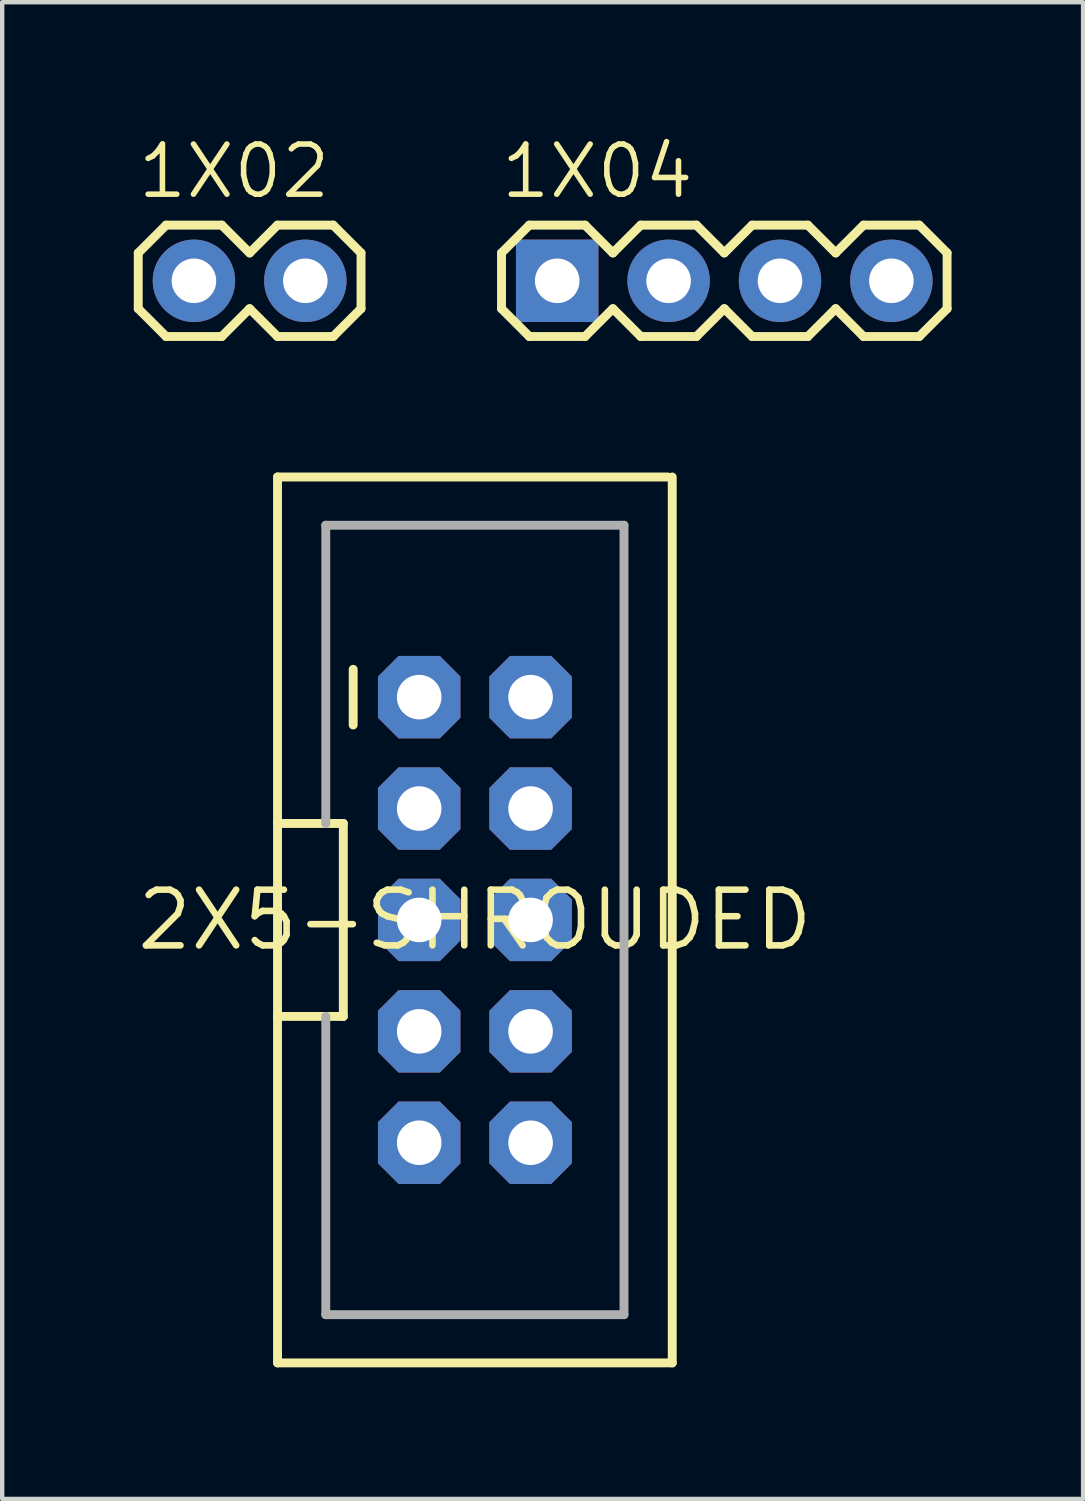
<source format=kicad_pcb>
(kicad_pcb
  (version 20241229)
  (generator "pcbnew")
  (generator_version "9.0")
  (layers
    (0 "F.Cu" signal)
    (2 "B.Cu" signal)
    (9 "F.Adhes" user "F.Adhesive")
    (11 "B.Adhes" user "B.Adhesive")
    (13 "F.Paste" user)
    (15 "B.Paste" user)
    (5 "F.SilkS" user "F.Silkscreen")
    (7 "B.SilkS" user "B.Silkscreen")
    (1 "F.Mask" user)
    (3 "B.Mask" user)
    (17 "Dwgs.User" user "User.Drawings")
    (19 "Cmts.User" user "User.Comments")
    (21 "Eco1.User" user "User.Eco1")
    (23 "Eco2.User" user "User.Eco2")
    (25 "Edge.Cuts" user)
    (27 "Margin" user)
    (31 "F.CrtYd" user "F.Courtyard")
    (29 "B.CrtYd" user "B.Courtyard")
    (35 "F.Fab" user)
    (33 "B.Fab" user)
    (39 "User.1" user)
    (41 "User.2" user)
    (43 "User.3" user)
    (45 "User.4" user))
  (footprint "1X04"
    (layer "F.Cu")
    (at 9.655 3.353)
    (property "Reference" "1X04" (at -1.346 -1.829 0) (layer "F.SilkS") (effects (font (size 1.143 1.143) (thickness 0.127)) (justify left bottom)))
    (fp_line (start -1.27 -0.635) (end -1.27 0.635) (stroke (width 0.203) (type solid)) (layer "F.SilkS"))
    (fp_line (start -1.27 0.635) (end -0.635 1.27) (stroke (width 0.203) (type solid)) (layer "F.SilkS"))
    (fp_line (start -0.635 -1.27) (end -1.27 -0.635) (stroke (width 0.203) (type solid)) (layer "F.SilkS"))
    (fp_line (start -0.635 -1.27) (end 0.635 -1.27) (stroke (width 0.203) (type solid)) (layer "F.SilkS"))
    (fp_line (start 0.635 -1.27) (end 1.27 -0.635) (stroke (width 0.203) (type solid)) (layer "F.SilkS"))
    (fp_line (start 0.635 1.27) (end -0.635 1.27) (stroke (width 0.203) (type solid)) (layer "F.SilkS"))
    (fp_line (start 1.27 -0.635) (end 1.905 -1.27) (stroke (width 0.203) (type solid)) (layer "F.SilkS"))
    (fp_line (start 1.27 0.635) (end 0.635 1.27) (stroke (width 0.203) (type solid)) (layer "F.SilkS"))
    (fp_line (start 1.905 -1.27) (end 3.175 -1.27) (stroke (width 0.203) (type solid)) (layer "F.SilkS"))
    (fp_line (start 1.905 1.27) (end 1.27 0.635) (stroke (width 0.203) (type solid)) (layer "F.SilkS"))
    (fp_line (start 3.175 -1.27) (end 3.81 -0.635) (stroke (width 0.203) (type solid)) (layer "F.SilkS"))
    (fp_line (start 3.175 1.27) (end 1.905 1.27) (stroke (width 0.203) (type solid)) (layer "F.SilkS"))
    (fp_line (start 3.81 -0.635) (end 4.445 -1.27) (stroke (width 0.203) (type solid)) (layer "F.SilkS"))
    (fp_line (start 3.81 0.635) (end 3.175 1.27) (stroke (width 0.203) (type solid)) (layer "F.SilkS"))
    (fp_line (start 4.445 -1.27) (end 5.715 -1.27) (stroke (width 0.203) (type solid)) (layer "F.SilkS"))
    (fp_line (start 4.445 1.27) (end 3.81 0.635) (stroke (width 0.203) (type solid)) (layer "F.SilkS"))
    (fp_line (start 5.715 -1.27) (end 6.35 -0.635) (stroke (width 0.203) (type solid)) (layer "F.SilkS"))
    (fp_line (start 5.715 1.27) (end 4.445 1.27) (stroke (width 0.203) (type solid)) (layer "F.SilkS"))
    (fp_line (start 6.35 0.635) (end 5.715 1.27) (stroke (width 0.203) (type solid)) (layer "F.SilkS"))
    (fp_line (start 6.35 0.635) (end 6.985 1.27) (stroke (width 0.203) (type solid)) (layer "F.SilkS"))
    (fp_line (start 6.985 -1.27) (end 6.35 -0.635) (stroke (width 0.203) (type solid)) (layer "F.SilkS"))
    (fp_line (start 6.985 -1.27) (end 8.255 -1.27) (stroke (width 0.203) (type solid)) (layer "F.SilkS"))
    (fp_line (start 8.255 -1.27) (end 8.89 -0.635) (stroke (width 0.203) (type solid)) (layer "F.SilkS"))
    (fp_line (start 8.255 1.27) (end 6.985 1.27) (stroke (width 0.203) (type solid)) (layer "F.SilkS"))
    (fp_line (start 8.89 -0.635) (end 8.89 0.635) (stroke (width 0.203) (type solid)) (layer "F.SilkS"))
    (fp_line (start 8.89 0.635) (end 8.255 1.27) (stroke (width 0.203) (type solid)) (layer "F.SilkS"))
    (fp_poly (pts (xy -0.254 0.254) (xy 0.254 0.254) (xy 0.254 -0.254) (xy -0.254 -0.254)) (stroke (width 0.1) (type solid)) (fill no) (layer "F.Fab"))
    (fp_poly (pts (xy 2.286 0.254) (xy 2.794 0.254) (xy 2.794 -0.254) (xy 2.286 -0.254)) (stroke (width 0.1) (type solid)) (fill no) (layer "F.Fab"))
    (fp_poly (pts (xy 4.826 0.254) (xy 5.334 0.254) (xy 5.334 -0.254) (xy 4.826 -0.254)) (stroke (width 0.1) (type solid)) (fill no) (layer "F.Fab"))
    (fp_poly (pts (xy 7.366 0.254) (xy 7.874 0.254) (xy 7.874 -0.254) (xy 7.366 -0.254)) (stroke (width 0.1) (type solid)) (fill no) (layer "F.Fab"))
    (pad "1" thru_hole rect (at 0 0 90) (size 1.88 1.88) (drill 1.016) (layers "*.Cu" "*.Mask"))
    (pad "2" thru_hole circle (at 2.54 0 90) (size 1.88 1.88) (drill 1.016) (layers "*.Cu" "*.Mask"))
    (pad "3" thru_hole circle (at 5.08 0 90) (size 1.88 1.88) (drill 1.016) (layers "*.Cu" "*.Mask"))
    (pad "4" thru_hole circle (at 7.62 0 90) (size 1.88 1.88) (drill 1.016) (layers "*.Cu" "*.Mask")))
  (footprint "2X5-SHROUDED"
    (layer "F.Cu")
    (at 7.778 17.926)
    (property "Reference" "2X5-SHROUDED" (at 0 0 0) (layer "F.SilkS") (effects (font (size 1.27 1.27) (thickness 0.15))))
    (fp_line (start -4.5 -10.1) (end 4.4 -10.1) (stroke (width 0.203) (type solid)) (layer "F.SilkS"))
    (fp_line (start -4.5 -2.2) (end -4.5 -10.1) (stroke (width 0.203) (type solid)) (layer "F.SilkS"))
    (fp_line (start -4.5 -2.2) (end -3 -2.2) (stroke (width 0.203) (type solid)) (layer "F.SilkS"))
    (fp_line (start -4.5 2.2) (end -4.5 -2.2) (stroke (width 0.203) (type solid)) (layer "F.SilkS"))
    (fp_line (start -4.5 10.1) (end -4.5 2.2) (stroke (width 0.203) (type solid)) (layer "F.SilkS"))
    (fp_line (start -3 -2.2) (end -3 2.2) (stroke (width 0.203) (type solid)) (layer "F.SilkS"))
    (fp_line (start -3 2.2) (end -4.5 2.2) (stroke (width 0.203) (type solid)) (layer "F.SilkS"))
    (fp_line (start -2.775 -5.715) (end -2.775 -4.445) (stroke (width 0.203) (type solid)) (layer "F.SilkS"))
    (fp_line (start 4.5 -10.1) (end 4.5 10.1) (stroke (width 0.203) (type solid)) (layer "F.SilkS"))
    (fp_line (start 4.5 10.1) (end -4.5 10.1) (stroke (width 0.203) (type solid)) (layer "F.SilkS"))
    (fp_line (start -3.4 -9) (end -3.4 -2.2) (stroke (width 0.203) (type solid)) (layer "F.Fab"))
    (fp_line (start -3.4 -9) (end 3.4 -9) (stroke (width 0.203) (type solid)) (layer "F.Fab"))
    (fp_line (start -3.4 9) (end -3.4 2.2) (stroke (width 0.203) (type solid)) (layer "F.Fab"))
    (fp_line (start -3.4 9) (end 3.4 9) (stroke (width 0.203) (type solid)) (layer "F.Fab"))
    (fp_line (start 3.4 -9) (end 3.4 9) (stroke (width 0.203) (type solid)) (layer "F.Fab"))
    (fp_poly (pts (xy -1.524 -4.826) (xy -1.016 -4.826) (xy -1.016 -5.334) (xy -1.524 -5.334)) (stroke (width 0.1) (type solid)) (fill no) (layer "F.Fab"))
    (fp_poly (pts (xy -1.524 -2.286) (xy -1.016 -2.286) (xy -1.016 -2.794) (xy -1.524 -2.794)) (stroke (width 0.1) (type solid)) (fill no) (layer "F.Fab"))
    (fp_poly (pts (xy -1.524 0.254) (xy -1.016 0.254) (xy -1.016 -0.254) (xy -1.524 -0.254)) (stroke (width 0.1) (type solid)) (fill no) (layer "F.Fab"))
    (fp_poly (pts (xy -1.524 2.794) (xy -1.016 2.794) (xy -1.016 2.286) (xy -1.524 2.286)) (stroke (width 0.1) (type solid)) (fill no) (layer "F.Fab"))
    (fp_poly (pts (xy -1.524 2.794) (xy -1.016 2.794) (xy -1.016 2.286) (xy -1.524 2.286)) (stroke (width 0.1) (type solid)) (fill no) (layer "F.Fab"))
    (fp_poly (pts (xy -1.524 5.334) (xy -1.016 5.334) (xy -1.016 4.826) (xy -1.524 4.826)) (stroke (width 0.1) (type solid)) (fill no) (layer "F.Fab"))
    (fp_poly (pts (xy 1.016 -4.826) (xy 1.524 -4.826) (xy 1.524 -5.334) (xy 1.016 -5.334)) (stroke (width 0.1) (type solid)) (fill no) (layer "F.Fab"))
    (fp_poly (pts (xy 1.016 -2.286) (xy 1.524 -2.286) (xy 1.524 -2.794) (xy 1.016 -2.794)) (stroke (width 0.1) (type solid)) (fill no) (layer "F.Fab"))
    (fp_poly (pts (xy 1.016 0.254) (xy 1.524 0.254) (xy 1.524 -0.254) (xy 1.016 -0.254)) (stroke (width 0.1) (type solid)) (fill no) (layer "F.Fab"))
    (fp_poly (pts (xy 1.016 2.794) (xy 1.524 2.794) (xy 1.524 2.286) (xy 1.016 2.286)) (stroke (width 0.1) (type solid)) (fill no) (layer "F.Fab"))
    (fp_poly (pts (xy 1.016 2.794) (xy 1.524 2.794) (xy 1.524 2.286) (xy 1.016 2.286)) (stroke (width 0.1) (type solid)) (fill no) (layer "F.Fab"))
    (fp_poly (pts (xy 1.016 5.334) (xy 1.524 5.334) (xy 1.524 4.826) (xy 1.016 4.826)) (stroke (width 0.1) (type solid)) (fill no) (layer "F.Fab"))
    (pad "1" thru_hole roundrect (at -1.27 -5.08 270) (size 1.88 1.88) (drill 1.016) (layers "*.Cu" "*.Mask") (roundrect_rratio 0.25) (chamfer_ratio 0.25) (chamfer top_left top_right bottom_left bottom_right))
    (pad "2" thru_hole roundrect (at 1.27 -5.08 270) (size 1.88 1.88) (drill 1.016) (layers "*.Cu" "*.Mask") (roundrect_rratio 0.25) (chamfer_ratio 0.25) (chamfer top_left top_right bottom_left bottom_right))
    (pad "3" thru_hole roundrect (at -1.27 -2.54 270) (size 1.88 1.88) (drill 1.016) (layers "*.Cu" "*.Mask") (roundrect_rratio 0.25) (chamfer_ratio 0.25) (chamfer top_left top_right bottom_left bottom_right))
    (pad "4" thru_hole roundrect (at 1.27 -2.54 270) (size 1.88 1.88) (drill 1.016) (layers "*.Cu" "*.Mask") (roundrect_rratio 0.25) (chamfer_ratio 0.25) (chamfer top_left top_right bottom_left bottom_right))
    (pad "5" thru_hole roundrect (at -1.27 0 270) (size 1.88 1.88) (drill 1.016) (layers "*.Cu" "*.Mask") (roundrect_rratio 0.25) (chamfer_ratio 0.25) (chamfer top_left top_right bottom_left bottom_right))
    (pad "6" thru_hole roundrect (at 1.27 0 270) (size 1.88 1.88) (drill 1.016) (layers "*.Cu" "*.Mask") (roundrect_rratio 0.25) (chamfer_ratio 0.25) (chamfer top_left top_right bottom_left bottom_right))
    (pad "7" thru_hole roundrect (at -1.27 2.54 270) (size 1.88 1.88) (drill 1.016) (layers "*.Cu" "*.Mask") (roundrect_rratio 0.25) (chamfer_ratio 0.25) (chamfer top_left top_right bottom_left bottom_right))
    (pad "8" thru_hole roundrect (at 1.27 2.54 270) (size 1.88 1.88) (drill 1.016) (layers "*.Cu" "*.Mask") (roundrect_rratio 0.25) (chamfer_ratio 0.25) (chamfer top_left top_right bottom_left bottom_right))
    (pad "9" thru_hole roundrect (at -1.27 5.08 270) (size 1.88 1.88) (drill 1.016) (layers "*.Cu" "*.Mask") (roundrect_rratio 0.25) (chamfer_ratio 0.25) (chamfer top_left top_right bottom_left bottom_right))
    (pad "10" thru_hole roundrect (at 1.27 5.08 270) (size 1.88 1.88) (drill 1.016) (layers "*.Cu" "*.Mask") (roundrect_rratio 0.25) (chamfer_ratio 0.25) (chamfer top_left top_right bottom_left bottom_right)))
  (footprint "1X02"
    (layer "F.Cu")
    (at 1.372 3.353)
    (property "Reference" "1X02" (at -1.346 -1.829 0) (layer "F.SilkS") (effects (font (size 1.143 1.143) (thickness 0.127)) (justify left bottom)))
    (fp_line (start -1.27 -0.635) (end -1.27 0.635) (stroke (width 0.203) (type solid)) (layer "F.SilkS"))
    (fp_line (start -1.27 0.635) (end -0.635 1.27) (stroke (width 0.203) (type solid)) (layer "F.SilkS"))
    (fp_line (start -0.635 -1.27) (end -1.27 -0.635) (stroke (width 0.203) (type solid)) (layer "F.SilkS"))
    (fp_line (start -0.635 -1.27) (end 0.635 -1.27) (stroke (width 0.203) (type solid)) (layer "F.SilkS"))
    (fp_line (start 0.635 -1.27) (end 1.27 -0.635) (stroke (width 0.203) (type solid)) (layer "F.SilkS"))
    (fp_line (start 0.635 1.27) (end -0.635 1.27) (stroke (width 0.203) (type solid)) (layer "F.SilkS"))
    (fp_line (start 1.27 -0.635) (end 1.905 -1.27) (stroke (width 0.203) (type solid)) (layer "F.SilkS"))
    (fp_line (start 1.27 0.635) (end 0.635 1.27) (stroke (width 0.203) (type solid)) (layer "F.SilkS"))
    (fp_line (start 1.905 -1.27) (end 3.175 -1.27) (stroke (width 0.203) (type solid)) (layer "F.SilkS"))
    (fp_line (start 1.905 1.27) (end 1.27 0.635) (stroke (width 0.203) (type solid)) (layer "F.SilkS"))
    (fp_line (start 3.175 -1.27) (end 3.81 -0.635) (stroke (width 0.203) (type solid)) (layer "F.SilkS"))
    (fp_line (start 3.175 1.27) (end 1.905 1.27) (stroke (width 0.203) (type solid)) (layer "F.SilkS"))
    (fp_line (start 3.81 -0.635) (end 3.81 0.635) (stroke (width 0.203) (type solid)) (layer "F.SilkS"))
    (fp_line (start 3.81 0.635) (end 3.175 1.27) (stroke (width 0.203) (type solid)) (layer "F.SilkS"))
    (fp_poly (pts (xy -0.254 0.254) (xy 0.254 0.254) (xy 0.254 -0.254) (xy -0.254 -0.254)) (stroke (width 0.1) (type solid)) (fill no) (layer "F.Fab"))
    (fp_poly (pts (xy 2.286 0.254) (xy 2.794 0.254) (xy 2.794 -0.254) (xy 2.286 -0.254)) (stroke (width 0.1) (type solid)) (fill no) (layer "F.Fab"))
    (pad "1" thru_hole circle (at 0 0 90) (size 1.88 1.88) (drill 1.016) (layers "*.Cu" "*.Mask"))
    (pad "2" thru_hole circle (at 2.54 0 90) (size 1.88 1.88) (drill 1.016) (layers "*.Cu" "*.Mask")))
  (gr_rect
    (start -3 -3)
    (end 21.646 31.128)
    (stroke (width 0.1) (type default))
    (fill no)
    (layer "Edge.Cuts")))
</source>
